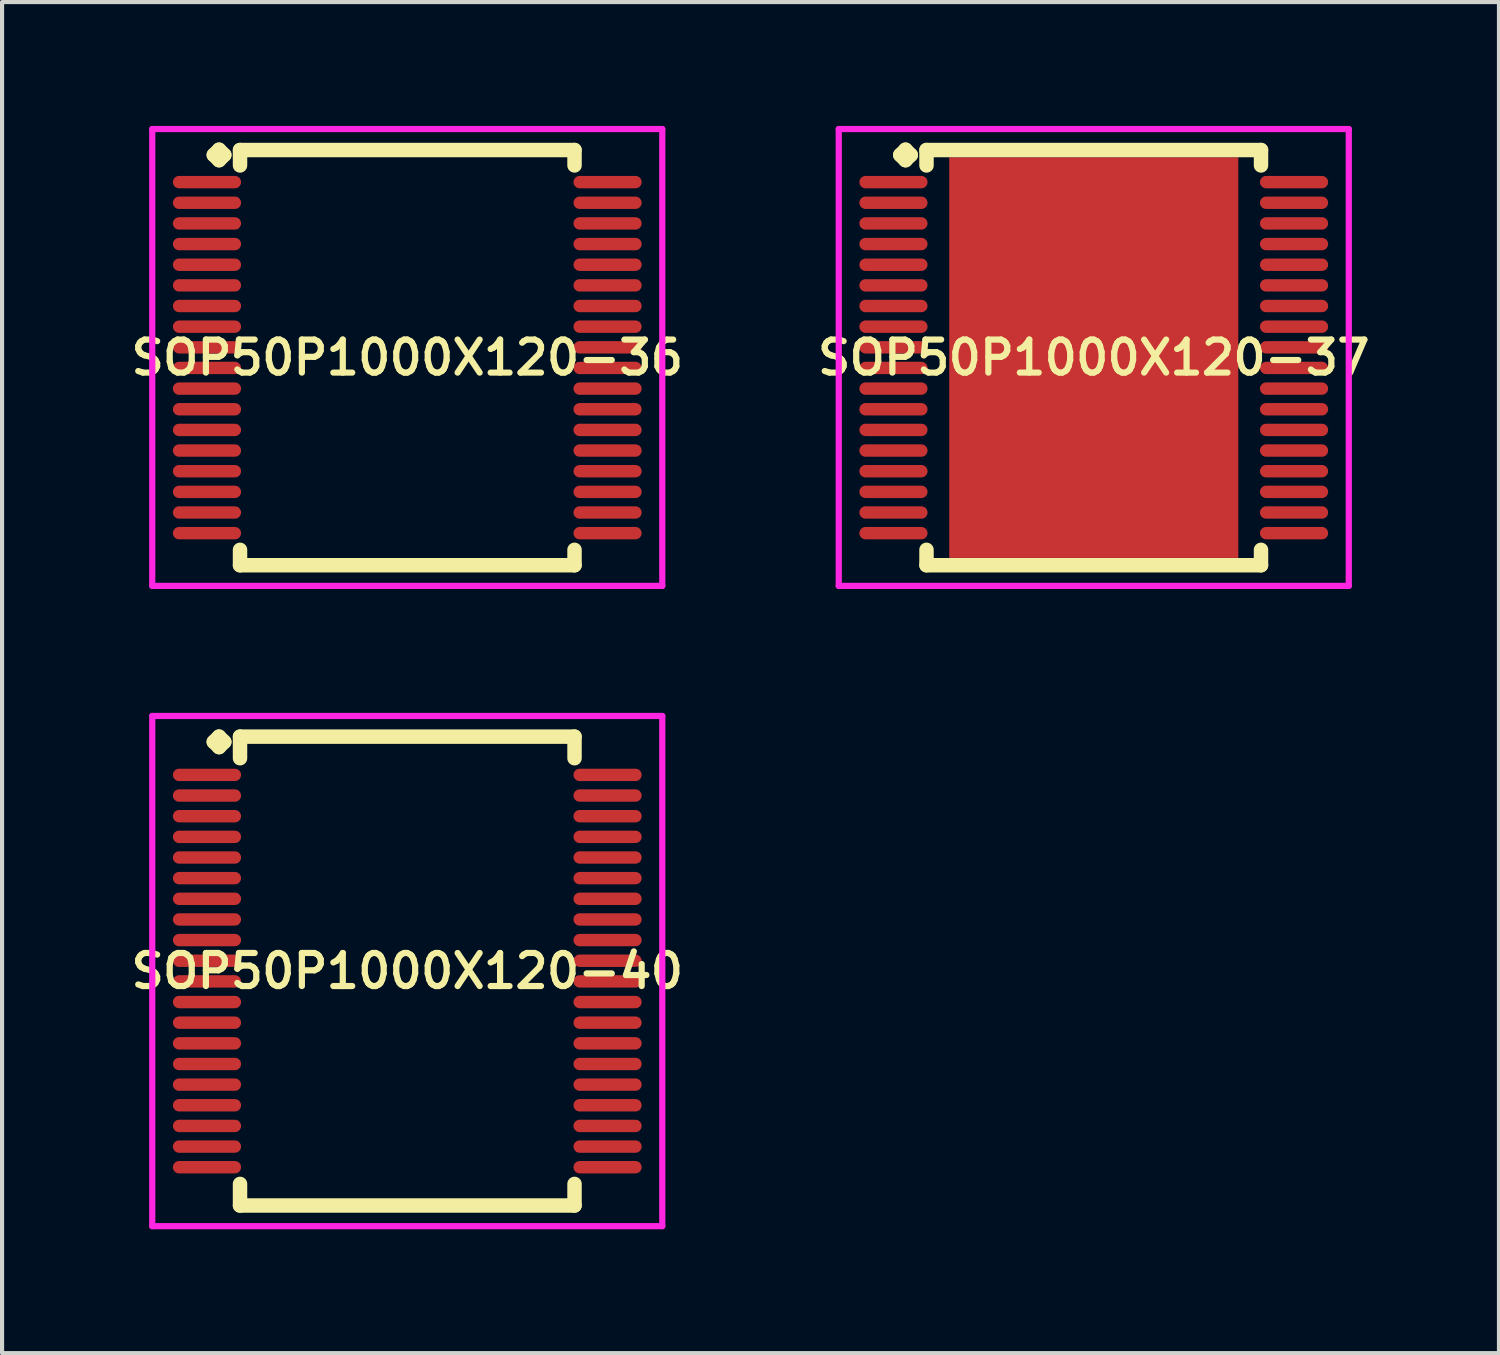
<source format=kicad_pcb>
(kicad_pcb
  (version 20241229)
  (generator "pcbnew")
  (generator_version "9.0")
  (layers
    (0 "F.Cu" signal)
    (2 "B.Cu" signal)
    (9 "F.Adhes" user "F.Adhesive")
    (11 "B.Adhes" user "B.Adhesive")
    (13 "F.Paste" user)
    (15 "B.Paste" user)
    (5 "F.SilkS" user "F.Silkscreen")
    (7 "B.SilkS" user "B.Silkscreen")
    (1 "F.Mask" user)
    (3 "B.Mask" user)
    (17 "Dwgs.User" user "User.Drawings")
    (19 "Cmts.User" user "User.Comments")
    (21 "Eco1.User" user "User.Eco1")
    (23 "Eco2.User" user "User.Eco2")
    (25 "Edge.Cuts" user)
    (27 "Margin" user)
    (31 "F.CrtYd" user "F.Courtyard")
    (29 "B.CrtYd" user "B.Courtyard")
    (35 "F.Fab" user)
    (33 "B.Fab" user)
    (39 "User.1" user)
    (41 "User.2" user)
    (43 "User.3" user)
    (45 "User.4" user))
  (footprint "SOP50P1000X120-37"
    (layer "F.Cu")
    (at 23.435 5.61)
    (property "Reference" "SOP50P1000X120-37" (at 0 0 0) (layer "F.SilkS") (effects (font (size 0.8 0.8) (thickness 0.15))))
    (attr smd)
    (fp_line (start -4.685 -4.908) (end -4.558 -5.035) (stroke (width 0.35) (type solid)) (layer "F.SilkS"))
    (fp_line (start -4.558 -5.035) (end -4.431 -4.908) (stroke (width 0.35) (type solid)) (layer "F.SilkS"))
    (fp_line (start -4.558 -4.781) (end -4.685 -4.908) (stroke (width 0.35) (type solid)) (layer "F.SilkS"))
    (fp_line (start -4.431 -4.908) (end -4.558 -4.781) (stroke (width 0.35) (type solid)) (layer "F.SilkS"))
    (fp_line (start -4.05 -5.027) (end 4.05 -5.027) (stroke (width 0.35) (type solid)) (layer "F.SilkS"))
    (fp_line (start -4.05 -4.654) (end -4.05 -5.027) (stroke (width 0.35) (type solid)) (layer "F.SilkS"))
    (fp_line (start -4.05 4.654) (end -4.05 5.027) (stroke (width 0.35) (type solid)) (layer "F.SilkS"))
    (fp_line (start -4.05 5.027) (end 4.05 5.027) (stroke (width 0.35) (type solid)) (layer "F.SilkS"))
    (fp_line (start 4.05 -5.027) (end 4.05 -4.654) (stroke (width 0.35) (type solid)) (layer "F.SilkS"))
    (fp_line (start 4.05 5.027) (end 4.05 4.654) (stroke (width 0.35) (type solid)) (layer "F.SilkS"))
    (fp_line (start -6.175 -5.535) (end 6.175 -5.535) (stroke (width 0.15) (type solid)) (layer "F.CrtYd"))
    (fp_line (start -6.175 5.527) (end -6.175 -5.535) (stroke (width 0.15) (type solid)) (layer "F.CrtYd"))
    (fp_line (start 6.175 -5.535) (end 6.175 5.527) (stroke (width 0.15) (type solid)) (layer "F.CrtYd"))
    (fp_line (start 6.175 5.527) (end -6.175 5.527) (stroke (width 0.15) (type solid)) (layer "F.CrtYd"))
    (pad "1" smd oval (at -4.85 -4.25) (size 1.65 0.3) (layers "F.Cu" "F.Mask" "F.Paste"))
    (pad "2" smd oval (at -4.85 -3.75) (size 1.65 0.3) (layers "F.Cu" "F.Mask" "F.Paste"))
    (pad "3" smd oval (at -4.85 -3.25) (size 1.65 0.3) (layers "F.Cu" "F.Mask" "F.Paste"))
    (pad "4" smd oval (at -4.85 -2.75) (size 1.65 0.3) (layers "F.Cu" "F.Mask" "F.Paste"))
    (pad "5" smd oval (at -4.85 -2.25) (size 1.65 0.3) (layers "F.Cu" "F.Mask" "F.Paste"))
    (pad "6" smd oval (at -4.85 -1.75) (size 1.65 0.3) (layers "F.Cu" "F.Mask" "F.Paste"))
    (pad "7" smd oval (at -4.85 -1.25) (size 1.65 0.3) (layers "F.Cu" "F.Mask" "F.Paste"))
    (pad "8" smd oval (at -4.85 -0.75) (size 1.65 0.3) (layers "F.Cu" "F.Mask" "F.Paste"))
    (pad "9" smd oval (at -4.85 -0.25) (size 1.65 0.3) (layers "F.Cu" "F.Mask" "F.Paste"))
    (pad "10" smd oval (at -4.85 0.25) (size 1.65 0.3) (layers "F.Cu" "F.Mask" "F.Paste"))
    (pad "11" smd oval (at -4.85 0.75) (size 1.65 0.3) (layers "F.Cu" "F.Mask" "F.Paste"))
    (pad "12" smd oval (at -4.85 1.25) (size 1.65 0.3) (layers "F.Cu" "F.Mask" "F.Paste"))
    (pad "13" smd oval (at -4.85 1.75) (size 1.65 0.3) (layers "F.Cu" "F.Mask" "F.Paste"))
    (pad "14" smd oval (at -4.85 2.25) (size 1.65 0.3) (layers "F.Cu" "F.Mask" "F.Paste"))
    (pad "15" smd oval (at -4.85 2.75) (size 1.65 0.3) (layers "F.Cu" "F.Mask" "F.Paste"))
    (pad "16" smd oval (at -4.85 3.25) (size 1.65 0.3) (layers "F.Cu" "F.Mask" "F.Paste"))
    (pad "17" smd oval (at -4.85 3.75) (size 1.65 0.3) (layers "F.Cu" "F.Mask" "F.Paste"))
    (pad "18" smd oval (at -4.85 4.25) (size 1.65 0.3) (layers "F.Cu" "F.Mask" "F.Paste"))
    (pad "19" smd oval (at 4.85 4.25) (size 1.65 0.3) (layers "F.Cu" "F.Mask" "F.Paste"))
    (pad "20" smd oval (at 4.85 3.75) (size 1.65 0.3) (layers "F.Cu" "F.Mask" "F.Paste"))
    (pad "21" smd oval (at 4.85 3.25) (size 1.65 0.3) (layers "F.Cu" "F.Mask" "F.Paste"))
    (pad "22" smd oval (at 4.85 2.75) (size 1.65 0.3) (layers "F.Cu" "F.Mask" "F.Paste"))
    (pad "23" smd oval (at 4.85 2.25) (size 1.65 0.3) (layers "F.Cu" "F.Mask" "F.Paste"))
    (pad "24" smd oval (at 4.85 1.75) (size 1.65 0.3) (layers "F.Cu" "F.Mask" "F.Paste"))
    (pad "25" smd oval (at 4.85 1.25) (size 1.65 0.3) (layers "F.Cu" "F.Mask" "F.Paste"))
    (pad "26" smd oval (at 4.85 0.75) (size 1.65 0.3) (layers "F.Cu" "F.Mask" "F.Paste"))
    (pad "27" smd oval (at 4.85 0.25) (size 1.65 0.3) (layers "F.Cu" "F.Mask" "F.Paste"))
    (pad "28" smd oval (at 4.85 -0.25) (size 1.65 0.3) (layers "F.Cu" "F.Mask" "F.Paste"))
    (pad "29" smd oval (at 4.85 -0.75) (size 1.65 0.3) (layers "F.Cu" "F.Mask" "F.Paste"))
    (pad "30" smd oval (at 4.85 -1.25) (size 1.65 0.3) (layers "F.Cu" "F.Mask" "F.Paste"))
    (pad "31" smd oval (at 4.85 -1.75) (size 1.65 0.3) (layers "F.Cu" "F.Mask" "F.Paste"))
    (pad "32" smd oval (at 4.85 -2.25) (size 1.65 0.3) (layers "F.Cu" "F.Mask" "F.Paste"))
    (pad "33" smd oval (at 4.85 -2.75) (size 1.65 0.3) (layers "F.Cu" "F.Mask" "F.Paste"))
    (pad "34" smd oval (at 4.85 -3.25) (size 1.65 0.3) (layers "F.Cu" "F.Mask" "F.Paste"))
    (pad "35" smd oval (at 4.85 -3.75) (size 1.65 0.3) (layers "F.Cu" "F.Mask" "F.Paste"))
    (pad "36" smd oval (at 4.85 -4.25) (size 1.65 0.3) (layers "F.Cu" "F.Mask" "F.Paste"))
    (pad "37" smd rect (at 0 0) (size 7 9.7) (layers "F.Cu" "F.Mask" "F.Paste")))
  (footprint "SOP50P1000X120-40"
    (layer "F.Cu")
    (at 6.812 20.464)
    (property "Reference" "SOP50P1000X120-40" (at 0 0 0) (layer "F.SilkS") (effects (font (size 0.8 0.8) (thickness 0.15))))
    (attr smd)
    (fp_line (start -4.685 -5.55) (end -4.558 -5.677) (stroke (width 0.35) (type solid)) (layer "F.SilkS"))
    (fp_line (start -4.558 -5.677) (end -4.431 -5.55) (stroke (width 0.35) (type solid)) (layer "F.SilkS"))
    (fp_line (start -4.558 -5.423) (end -4.685 -5.55) (stroke (width 0.35) (type solid)) (layer "F.SilkS"))
    (fp_line (start -4.431 -5.55) (end -4.558 -5.423) (stroke (width 0.35) (type solid)) (layer "F.SilkS"))
    (fp_line (start -4.05 -5.677) (end 4.05 -5.677) (stroke (width 0.35) (type solid)) (layer "F.SilkS"))
    (fp_line (start -4.05 -5.154) (end -4.05 -5.677) (stroke (width 0.35) (type solid)) (layer "F.SilkS"))
    (fp_line (start -4.05 5.154) (end -4.05 5.677) (stroke (width 0.35) (type solid)) (layer "F.SilkS"))
    (fp_line (start -4.05 5.677) (end 4.05 5.677) (stroke (width 0.35) (type solid)) (layer "F.SilkS"))
    (fp_line (start 4.05 -5.677) (end 4.05 -5.154) (stroke (width 0.35) (type solid)) (layer "F.SilkS"))
    (fp_line (start 4.05 5.677) (end 4.05 5.154) (stroke (width 0.35) (type solid)) (layer "F.SilkS"))
    (fp_line (start -6.175 -6.177) (end 6.175 -6.177) (stroke (width 0.15) (type solid)) (layer "F.CrtYd"))
    (fp_line (start -6.175 6.177) (end -6.175 -6.177) (stroke (width 0.15) (type solid)) (layer "F.CrtYd"))
    (fp_line (start 6.175 -6.177) (end 6.175 6.177) (stroke (width 0.15) (type solid)) (layer "F.CrtYd"))
    (fp_line (start 6.175 6.177) (end -6.175 6.177) (stroke (width 0.15) (type solid)) (layer "F.CrtYd"))
    (pad "1" smd oval (at -4.85 -4.75) (size 1.65 0.3) (layers "F.Cu" "F.Mask" "F.Paste"))
    (pad "2" smd oval (at -4.85 -4.25) (size 1.65 0.3) (layers "F.Cu" "F.Mask" "F.Paste"))
    (pad "3" smd oval (at -4.85 -3.75) (size 1.65 0.3) (layers "F.Cu" "F.Mask" "F.Paste"))
    (pad "4" smd oval (at -4.85 -3.25) (size 1.65 0.3) (layers "F.Cu" "F.Mask" "F.Paste"))
    (pad "5" smd oval (at -4.85 -2.75) (size 1.65 0.3) (layers "F.Cu" "F.Mask" "F.Paste"))
    (pad "6" smd oval (at -4.85 -2.25) (size 1.65 0.3) (layers "F.Cu" "F.Mask" "F.Paste"))
    (pad "7" smd oval (at -4.85 -1.75) (size 1.65 0.3) (layers "F.Cu" "F.Mask" "F.Paste"))
    (pad "8" smd oval (at -4.85 -1.25) (size 1.65 0.3) (layers "F.Cu" "F.Mask" "F.Paste"))
    (pad "9" smd oval (at -4.85 -0.75) (size 1.65 0.3) (layers "F.Cu" "F.Mask" "F.Paste"))
    (pad "10" smd oval (at -4.85 -0.25) (size 1.65 0.3) (layers "F.Cu" "F.Mask" "F.Paste"))
    (pad "11" smd oval (at -4.85 0.25) (size 1.65 0.3) (layers "F.Cu" "F.Mask" "F.Paste"))
    (pad "12" smd oval (at -4.85 0.75) (size 1.65 0.3) (layers "F.Cu" "F.Mask" "F.Paste"))
    (pad "13" smd oval (at -4.85 1.25) (size 1.65 0.3) (layers "F.Cu" "F.Mask" "F.Paste"))
    (pad "14" smd oval (at -4.85 1.75) (size 1.65 0.3) (layers "F.Cu" "F.Mask" "F.Paste"))
    (pad "15" smd oval (at -4.85 2.25) (size 1.65 0.3) (layers "F.Cu" "F.Mask" "F.Paste"))
    (pad "16" smd oval (at -4.85 2.75) (size 1.65 0.3) (layers "F.Cu" "F.Mask" "F.Paste"))
    (pad "17" smd oval (at -4.85 3.25) (size 1.65 0.3) (layers "F.Cu" "F.Mask" "F.Paste"))
    (pad "18" smd oval (at -4.85 3.75) (size 1.65 0.3) (layers "F.Cu" "F.Mask" "F.Paste"))
    (pad "19" smd oval (at -4.85 4.25) (size 1.65 0.3) (layers "F.Cu" "F.Mask" "F.Paste"))
    (pad "20" smd oval (at -4.85 4.75) (size 1.65 0.3) (layers "F.Cu" "F.Mask" "F.Paste"))
    (pad "21" smd oval (at 4.85 4.75) (size 1.65 0.3) (layers "F.Cu" "F.Mask" "F.Paste"))
    (pad "22" smd oval (at 4.85 4.25) (size 1.65 0.3) (layers "F.Cu" "F.Mask" "F.Paste"))
    (pad "23" smd oval (at 4.85 3.75) (size 1.65 0.3) (layers "F.Cu" "F.Mask" "F.Paste"))
    (pad "24" smd oval (at 4.85 3.25) (size 1.65 0.3) (layers "F.Cu" "F.Mask" "F.Paste"))
    (pad "25" smd oval (at 4.85 2.75) (size 1.65 0.3) (layers "F.Cu" "F.Mask" "F.Paste"))
    (pad "26" smd oval (at 4.85 2.25) (size 1.65 0.3) (layers "F.Cu" "F.Mask" "F.Paste"))
    (pad "27" smd oval (at 4.85 1.75) (size 1.65 0.3) (layers "F.Cu" "F.Mask" "F.Paste"))
    (pad "28" smd oval (at 4.85 1.25) (size 1.65 0.3) (layers "F.Cu" "F.Mask" "F.Paste"))
    (pad "29" smd oval (at 4.85 0.75) (size 1.65 0.3) (layers "F.Cu" "F.Mask" "F.Paste"))
    (pad "30" smd oval (at 4.85 0.25) (size 1.65 0.3) (layers "F.Cu" "F.Mask" "F.Paste"))
    (pad "31" smd oval (at 4.85 -0.25) (size 1.65 0.3) (layers "F.Cu" "F.Mask" "F.Paste"))
    (pad "32" smd oval (at 4.85 -0.75) (size 1.65 0.3) (layers "F.Cu" "F.Mask" "F.Paste"))
    (pad "33" smd oval (at 4.85 -1.25) (size 1.65 0.3) (layers "F.Cu" "F.Mask" "F.Paste"))
    (pad "34" smd oval (at 4.85 -1.75) (size 1.65 0.3) (layers "F.Cu" "F.Mask" "F.Paste"))
    (pad "35" smd oval (at 4.85 -2.25) (size 1.65 0.3) (layers "F.Cu" "F.Mask" "F.Paste"))
    (pad "36" smd oval (at 4.85 -2.75) (size 1.65 0.3) (layers "F.Cu" "F.Mask" "F.Paste"))
    (pad "37" smd oval (at 4.85 -3.25) (size 1.65 0.3) (layers "F.Cu" "F.Mask" "F.Paste"))
    (pad "38" smd oval (at 4.85 -3.75) (size 1.65 0.3) (layers "F.Cu" "F.Mask" "F.Paste"))
    (pad "39" smd oval (at 4.85 -4.25) (size 1.65 0.3) (layers "F.Cu" "F.Mask" "F.Paste"))
    (pad "40" smd oval (at 4.85 -4.75) (size 1.65 0.3) (layers "F.Cu" "F.Mask" "F.Paste")))
  (footprint "SOP50P1000X120-36"
    (layer "F.Cu")
    (at 6.812 5.61)
    (property "Reference" "SOP50P1000X120-36" (at 0 0 0) (layer "F.SilkS") (effects (font (size 0.8 0.8) (thickness 0.15))))
    (attr smd)
    (fp_line (start -4.685 -4.908) (end -4.558 -5.035) (stroke (width 0.35) (type solid)) (layer "F.SilkS"))
    (fp_line (start -4.558 -5.035) (end -4.431 -4.908) (stroke (width 0.35) (type solid)) (layer "F.SilkS"))
    (fp_line (start -4.558 -4.781) (end -4.685 -4.908) (stroke (width 0.35) (type solid)) (layer "F.SilkS"))
    (fp_line (start -4.431 -4.908) (end -4.558 -4.781) (stroke (width 0.35) (type solid)) (layer "F.SilkS"))
    (fp_line (start -4.05 -5.027) (end 4.05 -5.027) (stroke (width 0.35) (type solid)) (layer "F.SilkS"))
    (fp_line (start -4.05 -4.654) (end -4.05 -5.027) (stroke (width 0.35) (type solid)) (layer "F.SilkS"))
    (fp_line (start -4.05 4.654) (end -4.05 5.027) (stroke (width 0.35) (type solid)) (layer "F.SilkS"))
    (fp_line (start -4.05 5.027) (end 4.05 5.027) (stroke (width 0.35) (type solid)) (layer "F.SilkS"))
    (fp_line (start 4.05 -5.027) (end 4.05 -4.654) (stroke (width 0.35) (type solid)) (layer "F.SilkS"))
    (fp_line (start 4.05 5.027) (end 4.05 4.654) (stroke (width 0.35) (type solid)) (layer "F.SilkS"))
    (fp_line (start -6.175 -5.535) (end 6.175 -5.535) (stroke (width 0.15) (type solid)) (layer "F.CrtYd"))
    (fp_line (start -6.175 5.527) (end -6.175 -5.535) (stroke (width 0.15) (type solid)) (layer "F.CrtYd"))
    (fp_line (start 6.175 -5.535) (end 6.175 5.527) (stroke (width 0.15) (type solid)) (layer "F.CrtYd"))
    (fp_line (start 6.175 5.527) (end -6.175 5.527) (stroke (width 0.15) (type solid)) (layer "F.CrtYd"))
    (pad "1" smd oval (at -4.85 -4.25) (size 1.65 0.3) (layers "F.Cu" "F.Mask" "F.Paste"))
    (pad "2" smd oval (at -4.85 -3.75) (size 1.65 0.3) (layers "F.Cu" "F.Mask" "F.Paste"))
    (pad "3" smd oval (at -4.85 -3.25) (size 1.65 0.3) (layers "F.Cu" "F.Mask" "F.Paste"))
    (pad "4" smd oval (at -4.85 -2.75) (size 1.65 0.3) (layers "F.Cu" "F.Mask" "F.Paste"))
    (pad "5" smd oval (at -4.85 -2.25) (size 1.65 0.3) (layers "F.Cu" "F.Mask" "F.Paste"))
    (pad "6" smd oval (at -4.85 -1.75) (size 1.65 0.3) (layers "F.Cu" "F.Mask" "F.Paste"))
    (pad "7" smd oval (at -4.85 -1.25) (size 1.65 0.3) (layers "F.Cu" "F.Mask" "F.Paste"))
    (pad "8" smd oval (at -4.85 -0.75) (size 1.65 0.3) (layers "F.Cu" "F.Mask" "F.Paste"))
    (pad "9" smd oval (at -4.85 -0.25) (size 1.65 0.3) (layers "F.Cu" "F.Mask" "F.Paste"))
    (pad "10" smd oval (at -4.85 0.25) (size 1.65 0.3) (layers "F.Cu" "F.Mask" "F.Paste"))
    (pad "11" smd oval (at -4.85 0.75) (size 1.65 0.3) (layers "F.Cu" "F.Mask" "F.Paste"))
    (pad "12" smd oval (at -4.85 1.25) (size 1.65 0.3) (layers "F.Cu" "F.Mask" "F.Paste"))
    (pad "13" smd oval (at -4.85 1.75) (size 1.65 0.3) (layers "F.Cu" "F.Mask" "F.Paste"))
    (pad "14" smd oval (at -4.85 2.25) (size 1.65 0.3) (layers "F.Cu" "F.Mask" "F.Paste"))
    (pad "15" smd oval (at -4.85 2.75) (size 1.65 0.3) (layers "F.Cu" "F.Mask" "F.Paste"))
    (pad "16" smd oval (at -4.85 3.25) (size 1.65 0.3) (layers "F.Cu" "F.Mask" "F.Paste"))
    (pad "17" smd oval (at -4.85 3.75) (size 1.65 0.3) (layers "F.Cu" "F.Mask" "F.Paste"))
    (pad "18" smd oval (at -4.85 4.25) (size 1.65 0.3) (layers "F.Cu" "F.Mask" "F.Paste"))
    (pad "19" smd oval (at 4.85 4.25) (size 1.65 0.3) (layers "F.Cu" "F.Mask" "F.Paste"))
    (pad "20" smd oval (at 4.85 3.75) (size 1.65 0.3) (layers "F.Cu" "F.Mask" "F.Paste"))
    (pad "21" smd oval (at 4.85 3.25) (size 1.65 0.3) (layers "F.Cu" "F.Mask" "F.Paste"))
    (pad "22" smd oval (at 4.85 2.75) (size 1.65 0.3) (layers "F.Cu" "F.Mask" "F.Paste"))
    (pad "23" smd oval (at 4.85 2.25) (size 1.65 0.3) (layers "F.Cu" "F.Mask" "F.Paste"))
    (pad "24" smd oval (at 4.85 1.75) (size 1.65 0.3) (layers "F.Cu" "F.Mask" "F.Paste"))
    (pad "25" smd oval (at 4.85 1.25) (size 1.65 0.3) (layers "F.Cu" "F.Mask" "F.Paste"))
    (pad "26" smd oval (at 4.85 0.75) (size 1.65 0.3) (layers "F.Cu" "F.Mask" "F.Paste"))
    (pad "27" smd oval (at 4.85 0.25) (size 1.65 0.3) (layers "F.Cu" "F.Mask" "F.Paste"))
    (pad "28" smd oval (at 4.85 -0.25) (size 1.65 0.3) (layers "F.Cu" "F.Mask" "F.Paste"))
    (pad "29" smd oval (at 4.85 -0.75) (size 1.65 0.3) (layers "F.Cu" "F.Mask" "F.Paste"))
    (pad "30" smd oval (at 4.85 -1.25) (size 1.65 0.3) (layers "F.Cu" "F.Mask" "F.Paste"))
    (pad "31" smd oval (at 4.85 -1.75) (size 1.65 0.3) (layers "F.Cu" "F.Mask" "F.Paste"))
    (pad "32" smd oval (at 4.85 -2.25) (size 1.65 0.3) (layers "F.Cu" "F.Mask" "F.Paste"))
    (pad "33" smd oval (at 4.85 -2.75) (size 1.65 0.3) (layers "F.Cu" "F.Mask" "F.Paste"))
    (pad "34" smd oval (at 4.85 -3.25) (size 1.65 0.3) (layers "F.Cu" "F.Mask" "F.Paste"))
    (pad "35" smd oval (at 4.85 -3.75) (size 1.65 0.3) (layers "F.Cu" "F.Mask" "F.Paste"))
    (pad "36" smd oval (at 4.85 -4.25) (size 1.65 0.3) (layers "F.Cu" "F.Mask" "F.Paste")))
  (gr_rect
    (start -3 -3)
    (end 33.247 29.716)
    (stroke (width 0.1) (type default))
    (fill no)
    (layer "Edge.Cuts")))
</source>
